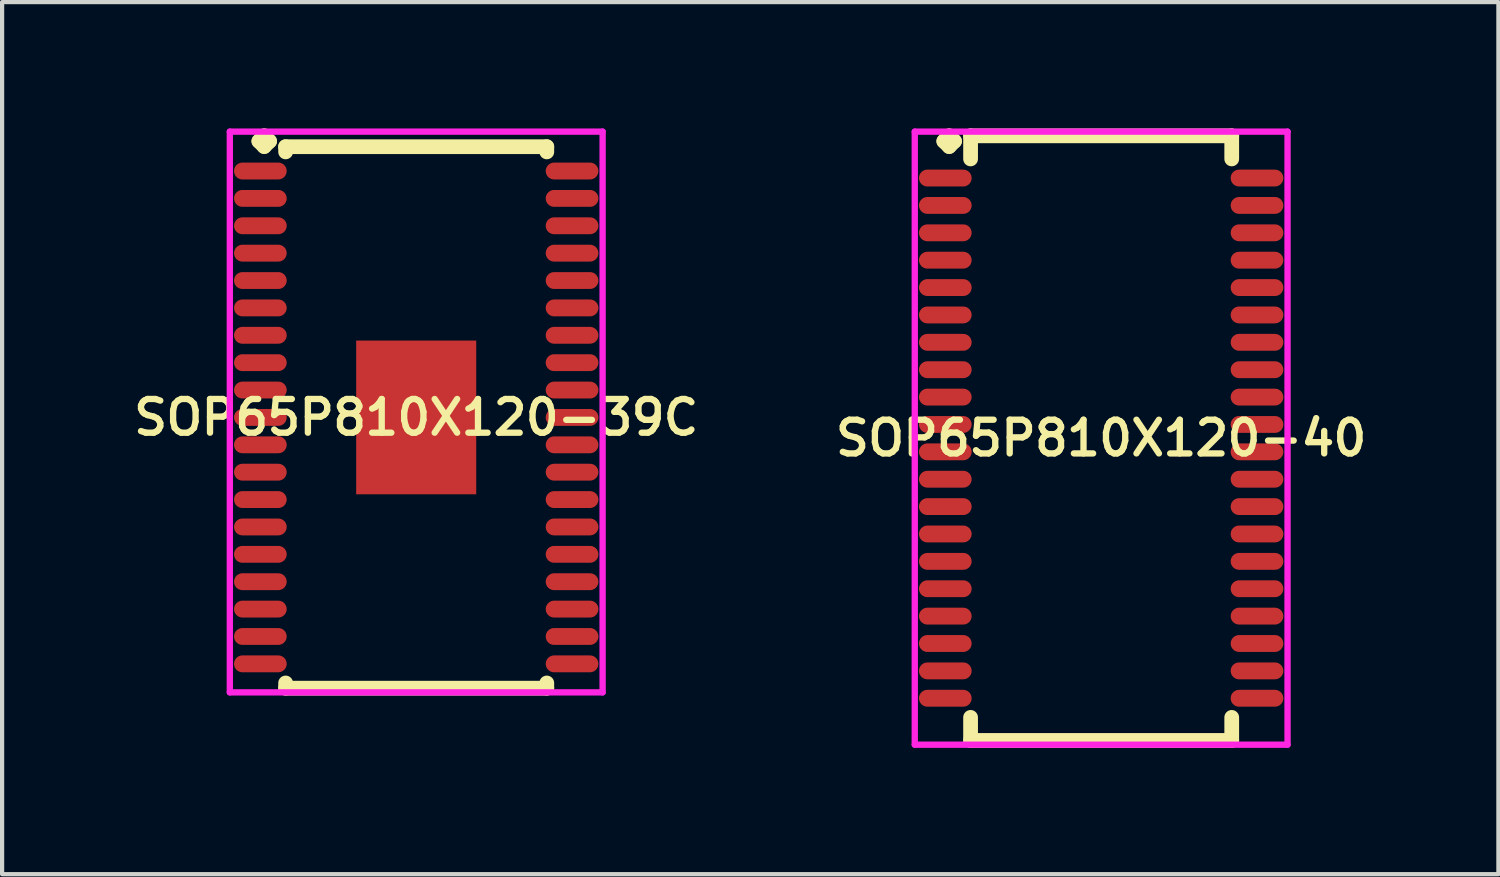
<source format=kicad_pcb>
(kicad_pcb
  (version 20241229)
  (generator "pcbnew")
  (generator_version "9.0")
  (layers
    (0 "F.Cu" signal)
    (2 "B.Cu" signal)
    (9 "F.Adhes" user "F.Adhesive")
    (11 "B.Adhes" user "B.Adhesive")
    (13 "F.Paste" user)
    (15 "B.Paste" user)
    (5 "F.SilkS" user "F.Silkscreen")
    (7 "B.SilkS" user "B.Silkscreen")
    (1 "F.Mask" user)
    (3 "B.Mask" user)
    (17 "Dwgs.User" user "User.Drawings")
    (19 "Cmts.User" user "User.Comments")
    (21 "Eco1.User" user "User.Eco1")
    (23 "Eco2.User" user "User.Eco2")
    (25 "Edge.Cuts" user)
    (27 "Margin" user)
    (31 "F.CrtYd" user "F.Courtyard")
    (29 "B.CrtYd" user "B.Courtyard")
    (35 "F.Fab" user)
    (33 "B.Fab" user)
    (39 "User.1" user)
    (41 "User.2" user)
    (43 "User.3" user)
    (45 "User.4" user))
  (footprint "SOP65P810X120-40"
    (layer "F.Cu")
    (at 23.092 7.352)
    (property "Reference" "SOP65P810X120-40" (at 0 0 0) (layer "F.SilkS") (effects (font (size 0.8 0.8) (thickness 0.15))))
    (attr smd)
    (fp_line (start -3.735 -7.05) (end -3.608 -7.177) (stroke (width 0.35) (type solid)) (layer "F.SilkS"))
    (fp_line (start -3.608 -7.177) (end -3.481 -7.05) (stroke (width 0.35) (type solid)) (layer "F.SilkS"))
    (fp_line (start -3.608 -6.923) (end -3.735 -7.05) (stroke (width 0.35) (type solid)) (layer "F.SilkS"))
    (fp_line (start -3.481 -7.05) (end -3.608 -6.923) (stroke (width 0.35) (type solid)) (layer "F.SilkS"))
    (fp_line (start -3.1 -7.177) (end 3.1 -7.177) (stroke (width 0.35) (type solid)) (layer "F.SilkS"))
    (fp_line (start -3.1 -6.629) (end -3.1 -7.177) (stroke (width 0.35) (type solid)) (layer "F.SilkS"))
    (fp_line (start -3.1 6.629) (end -3.1 7.177) (stroke (width 0.35) (type solid)) (layer "F.SilkS"))
    (fp_line (start -3.1 7.177) (end 3.1 7.177) (stroke (width 0.35) (type solid)) (layer "F.SilkS"))
    (fp_line (start 3.1 -7.177) (end 3.1 -6.629) (stroke (width 0.35) (type solid)) (layer "F.SilkS"))
    (fp_line (start 3.1 7.177) (end 3.1 6.629) (stroke (width 0.35) (type solid)) (layer "F.SilkS"))
    (fp_line (start -4.425 -7.277) (end 4.425 -7.277) (stroke (width 0.15) (type solid)) (layer "F.CrtYd"))
    (fp_line (start -4.425 7.277) (end -4.425 -7.277) (stroke (width 0.15) (type solid)) (layer "F.CrtYd"))
    (fp_line (start 4.425 -7.277) (end 4.425 7.277) (stroke (width 0.15) (type solid)) (layer "F.CrtYd"))
    (fp_line (start 4.425 7.277) (end -4.425 7.277) (stroke (width 0.15) (type solid)) (layer "F.CrtYd"))
    (pad "1" smd oval (at -3.7 -6.175) (size 1.25 0.4) (layers "F.Cu" "F.Mask" "F.Paste"))
    (pad "2" smd oval (at -3.7 -5.525) (size 1.25 0.4) (layers "F.Cu" "F.Mask" "F.Paste"))
    (pad "3" smd oval (at -3.7 -4.875) (size 1.25 0.4) (layers "F.Cu" "F.Mask" "F.Paste"))
    (pad "4" smd oval (at -3.7 -4.225) (size 1.25 0.4) (layers "F.Cu" "F.Mask" "F.Paste"))
    (pad "5" smd oval (at -3.7 -3.575) (size 1.25 0.4) (layers "F.Cu" "F.Mask" "F.Paste"))
    (pad "6" smd oval (at -3.7 -2.925) (size 1.25 0.4) (layers "F.Cu" "F.Mask" "F.Paste"))
    (pad "7" smd oval (at -3.7 -2.275) (size 1.25 0.4) (layers "F.Cu" "F.Mask" "F.Paste"))
    (pad "8" smd oval (at -3.7 -1.625) (size 1.25 0.4) (layers "F.Cu" "F.Mask" "F.Paste"))
    (pad "9" smd oval (at -3.7 -0.975) (size 1.25 0.4) (layers "F.Cu" "F.Mask" "F.Paste"))
    (pad "10" smd oval (at -3.7 -0.325) (size 1.25 0.4) (layers "F.Cu" "F.Mask" "F.Paste"))
    (pad "11" smd oval (at -3.7 0.325) (size 1.25 0.4) (layers "F.Cu" "F.Mask" "F.Paste"))
    (pad "12" smd oval (at -3.7 0.975) (size 1.25 0.4) (layers "F.Cu" "F.Mask" "F.Paste"))
    (pad "13" smd oval (at -3.7 1.625) (size 1.25 0.4) (layers "F.Cu" "F.Mask" "F.Paste"))
    (pad "14" smd oval (at -3.7 2.275) (size 1.25 0.4) (layers "F.Cu" "F.Mask" "F.Paste"))
    (pad "15" smd oval (at -3.7 2.925) (size 1.25 0.4) (layers "F.Cu" "F.Mask" "F.Paste"))
    (pad "16" smd oval (at -3.7 3.575) (size 1.25 0.4) (layers "F.Cu" "F.Mask" "F.Paste"))
    (pad "17" smd oval (at -3.7 4.225) (size 1.25 0.4) (layers "F.Cu" "F.Mask" "F.Paste"))
    (pad "18" smd oval (at -3.7 4.875) (size 1.25 0.4) (layers "F.Cu" "F.Mask" "F.Paste"))
    (pad "19" smd oval (at -3.7 5.525) (size 1.25 0.4) (layers "F.Cu" "F.Mask" "F.Paste"))
    (pad "20" smd oval (at -3.7 6.175) (size 1.25 0.4) (layers "F.Cu" "F.Mask" "F.Paste"))
    (pad "21" smd oval (at 3.7 6.175) (size 1.25 0.4) (layers "F.Cu" "F.Mask" "F.Paste"))
    (pad "22" smd oval (at 3.7 5.525) (size 1.25 0.4) (layers "F.Cu" "F.Mask" "F.Paste"))
    (pad "23" smd oval (at 3.7 4.875) (size 1.25 0.4) (layers "F.Cu" "F.Mask" "F.Paste"))
    (pad "24" smd oval (at 3.7 4.225) (size 1.25 0.4) (layers "F.Cu" "F.Mask" "F.Paste"))
    (pad "25" smd oval (at 3.7 3.575) (size 1.25 0.4) (layers "F.Cu" "F.Mask" "F.Paste"))
    (pad "26" smd oval (at 3.7 2.925) (size 1.25 0.4) (layers "F.Cu" "F.Mask" "F.Paste"))
    (pad "27" smd oval (at 3.7 2.275) (size 1.25 0.4) (layers "F.Cu" "F.Mask" "F.Paste"))
    (pad "28" smd oval (at 3.7 1.625) (size 1.25 0.4) (layers "F.Cu" "F.Mask" "F.Paste"))
    (pad "29" smd oval (at 3.7 0.975) (size 1.25 0.4) (layers "F.Cu" "F.Mask" "F.Paste"))
    (pad "30" smd oval (at 3.7 0.325) (size 1.25 0.4) (layers "F.Cu" "F.Mask" "F.Paste"))
    (pad "31" smd oval (at 3.7 -0.325) (size 1.25 0.4) (layers "F.Cu" "F.Mask" "F.Paste"))
    (pad "32" smd oval (at 3.7 -0.975) (size 1.25 0.4) (layers "F.Cu" "F.Mask" "F.Paste"))
    (pad "33" smd oval (at 3.7 -1.625) (size 1.25 0.4) (layers "F.Cu" "F.Mask" "F.Paste"))
    (pad "34" smd oval (at 3.7 -2.275) (size 1.25 0.4) (layers "F.Cu" "F.Mask" "F.Paste"))
    (pad "35" smd oval (at 3.7 -2.925) (size 1.25 0.4) (layers "F.Cu" "F.Mask" "F.Paste"))
    (pad "36" smd oval (at 3.7 -3.575) (size 1.25 0.4) (layers "F.Cu" "F.Mask" "F.Paste"))
    (pad "37" smd oval (at 3.7 -4.225) (size 1.25 0.4) (layers "F.Cu" "F.Mask" "F.Paste"))
    (pad "38" smd oval (at 3.7 -4.875) (size 1.25 0.4) (layers "F.Cu" "F.Mask" "F.Paste"))
    (pad "39" smd oval (at 3.7 -5.525) (size 1.25 0.4) (layers "F.Cu" "F.Mask" "F.Paste"))
    (pad "40" smd oval (at 3.7 -6.175) (size 1.25 0.4) (layers "F.Cu" "F.Mask" "F.Paste")))
  (footprint "SOP65P810X120-39C"
    (layer "F.Cu")
    (at 6.831 6.86)
    (property "Reference" "SOP65P810X120-39C" (at 0 0 0) (layer "F.SilkS") (effects (font (size 0.8 0.8) (thickness 0.15))))
    (attr smd)
    (fp_line (start -3.735 -6.558) (end -3.608 -6.685) (stroke (width 0.35) (type solid)) (layer "F.SilkS"))
    (fp_line (start -3.608 -6.685) (end -3.481 -6.558) (stroke (width 0.35) (type solid)) (layer "F.SilkS"))
    (fp_line (start -3.608 -6.431) (end -3.735 -6.558) (stroke (width 0.35) (type solid)) (layer "F.SilkS"))
    (fp_line (start -3.481 -6.558) (end -3.608 -6.431) (stroke (width 0.35) (type solid)) (layer "F.SilkS"))
    (fp_line (start -3.1 -6.427) (end 3.1 -6.427) (stroke (width 0.35) (type solid)) (layer "F.SilkS"))
    (fp_line (start -3.1 -6.304) (end -3.1 -6.427) (stroke (width 0.35) (type solid)) (layer "F.SilkS"))
    (fp_line (start -3.1 6.304) (end -3.1 6.427) (stroke (width 0.35) (type solid)) (layer "F.SilkS"))
    (fp_line (start -3.1 6.427) (end 3.1 6.427) (stroke (width 0.35) (type solid)) (layer "F.SilkS"))
    (fp_line (start 3.1 -6.427) (end 3.1 -6.304) (stroke (width 0.35) (type solid)) (layer "F.SilkS"))
    (fp_line (start 3.1 6.427) (end 3.1 6.304) (stroke (width 0.35) (type solid)) (layer "F.SilkS"))
    (fp_line (start -4.425 -6.785) (end 4.425 -6.785) (stroke (width 0.15) (type solid)) (layer "F.CrtYd"))
    (fp_line (start -4.425 6.527) (end -4.425 -6.785) (stroke (width 0.15) (type solid)) (layer "F.CrtYd"))
    (fp_line (start 4.425 -6.785) (end 4.425 6.527) (stroke (width 0.15) (type solid)) (layer "F.CrtYd"))
    (fp_line (start 4.425 6.527) (end -4.425 6.527) (stroke (width 0.15) (type solid)) (layer "F.CrtYd"))
    (pad "1" smd oval (at -3.7 -5.85) (size 1.25 0.4) (layers "F.Cu" "F.Mask" "F.Paste"))
    (pad "2" smd oval (at -3.7 -5.2) (size 1.25 0.4) (layers "F.Cu" "F.Mask" "F.Paste"))
    (pad "3" smd oval (at -3.7 -4.55) (size 1.25 0.4) (layers "F.Cu" "F.Mask" "F.Paste"))
    (pad "4" smd oval (at -3.7 -3.9) (size 1.25 0.4) (layers "F.Cu" "F.Mask" "F.Paste"))
    (pad "5" smd oval (at -3.7 -3.25) (size 1.25 0.4) (layers "F.Cu" "F.Mask" "F.Paste"))
    (pad "6" smd oval (at -3.7 -2.6) (size 1.25 0.4) (layers "F.Cu" "F.Mask" "F.Paste"))
    (pad "7" smd oval (at -3.7 -1.95) (size 1.25 0.4) (layers "F.Cu" "F.Mask" "F.Paste"))
    (pad "8" smd oval (at -3.7 -1.3) (size 1.25 0.4) (layers "F.Cu" "F.Mask" "F.Paste"))
    (pad "9" smd oval (at -3.7 -0.65) (size 1.25 0.4) (layers "F.Cu" "F.Mask" "F.Paste"))
    (pad "10" smd oval (at -3.7 0) (size 1.25 0.4) (layers "F.Cu" "F.Mask" "F.Paste"))
    (pad "11" smd oval (at -3.7 0.65) (size 1.25 0.4) (layers "F.Cu" "F.Mask" "F.Paste"))
    (pad "12" smd oval (at -3.7 1.3) (size 1.25 0.4) (layers "F.Cu" "F.Mask" "F.Paste"))
    (pad "13" smd oval (at -3.7 1.95) (size 1.25 0.4) (layers "F.Cu" "F.Mask" "F.Paste"))
    (pad "14" smd oval (at -3.7 2.6) (size 1.25 0.4) (layers "F.Cu" "F.Mask" "F.Paste"))
    (pad "15" smd oval (at -3.7 3.25) (size 1.25 0.4) (layers "F.Cu" "F.Mask" "F.Paste"))
    (pad "16" smd oval (at -3.7 3.9) (size 1.25 0.4) (layers "F.Cu" "F.Mask" "F.Paste"))
    (pad "17" smd oval (at -3.7 4.55) (size 1.25 0.4) (layers "F.Cu" "F.Mask" "F.Paste"))
    (pad "18" smd oval (at -3.7 5.2) (size 1.25 0.4) (layers "F.Cu" "F.Mask" "F.Paste"))
    (pad "19" smd oval (at -3.7 5.85) (size 1.25 0.4) (layers "F.Cu" "F.Mask" "F.Paste"))
    (pad "20" smd oval (at 3.7 5.85) (size 1.25 0.4) (layers "F.Cu" "F.Mask" "F.Paste"))
    (pad "21" smd oval (at 3.7 5.2) (size 1.25 0.4) (layers "F.Cu" "F.Mask" "F.Paste"))
    (pad "22" smd oval (at 3.7 4.55) (size 1.25 0.4) (layers "F.Cu" "F.Mask" "F.Paste"))
    (pad "23" smd oval (at 3.7 3.9) (size 1.25 0.4) (layers "F.Cu" "F.Mask" "F.Paste"))
    (pad "24" smd oval (at 3.7 3.25) (size 1.25 0.4) (layers "F.Cu" "F.Mask" "F.Paste"))
    (pad "25" smd oval (at 3.7 2.6) (size 1.25 0.4) (layers "F.Cu" "F.Mask" "F.Paste"))
    (pad "26" smd oval (at 3.7 1.95) (size 1.25 0.4) (layers "F.Cu" "F.Mask" "F.Paste"))
    (pad "27" smd oval (at 3.7 1.3) (size 1.25 0.4) (layers "F.Cu" "F.Mask" "F.Paste"))
    (pad "28" smd oval (at 3.7 0.65) (size 1.25 0.4) (layers "F.Cu" "F.Mask" "F.Paste"))
    (pad "29" smd oval (at 3.7 0) (size 1.25 0.4) (layers "F.Cu" "F.Mask" "F.Paste"))
    (pad "30" smd oval (at 3.7 -0.65) (size 1.25 0.4) (layers "F.Cu" "F.Mask" "F.Paste"))
    (pad "31" smd oval (at 3.7 -1.3) (size 1.25 0.4) (layers "F.Cu" "F.Mask" "F.Paste"))
    (pad "32" smd oval (at 3.7 -1.95) (size 1.25 0.4) (layers "F.Cu" "F.Mask" "F.Paste"))
    (pad "33" smd oval (at 3.7 -2.6) (size 1.25 0.4) (layers "F.Cu" "F.Mask" "F.Paste"))
    (pad "34" smd oval (at 3.7 -3.25) (size 1.25 0.4) (layers "F.Cu" "F.Mask" "F.Paste"))
    (pad "35" smd oval (at 3.7 -3.9) (size 1.25 0.4) (layers "F.Cu" "F.Mask" "F.Paste"))
    (pad "36" smd oval (at 3.7 -4.55) (size 1.25 0.4) (layers "F.Cu" "F.Mask" "F.Paste"))
    (pad "37" smd oval (at 3.7 -5.2) (size 1.25 0.4) (layers "F.Cu" "F.Mask" "F.Paste"))
    (pad "38" smd oval (at 3.7 -5.85) (size 1.25 0.4) (layers "F.Cu" "F.Mask" "F.Paste"))
    (pad "39" smd rect (at 0 0) (size 2.85 3.65) (layers "F.Cu" "F.Mask" "F.Paste")))
  (gr_rect
    (start -3 -3)
    (end 32.523 17.704)
    (stroke (width 0.1) (type default))
    (fill no)
    (layer "Edge.Cuts")))
</source>
